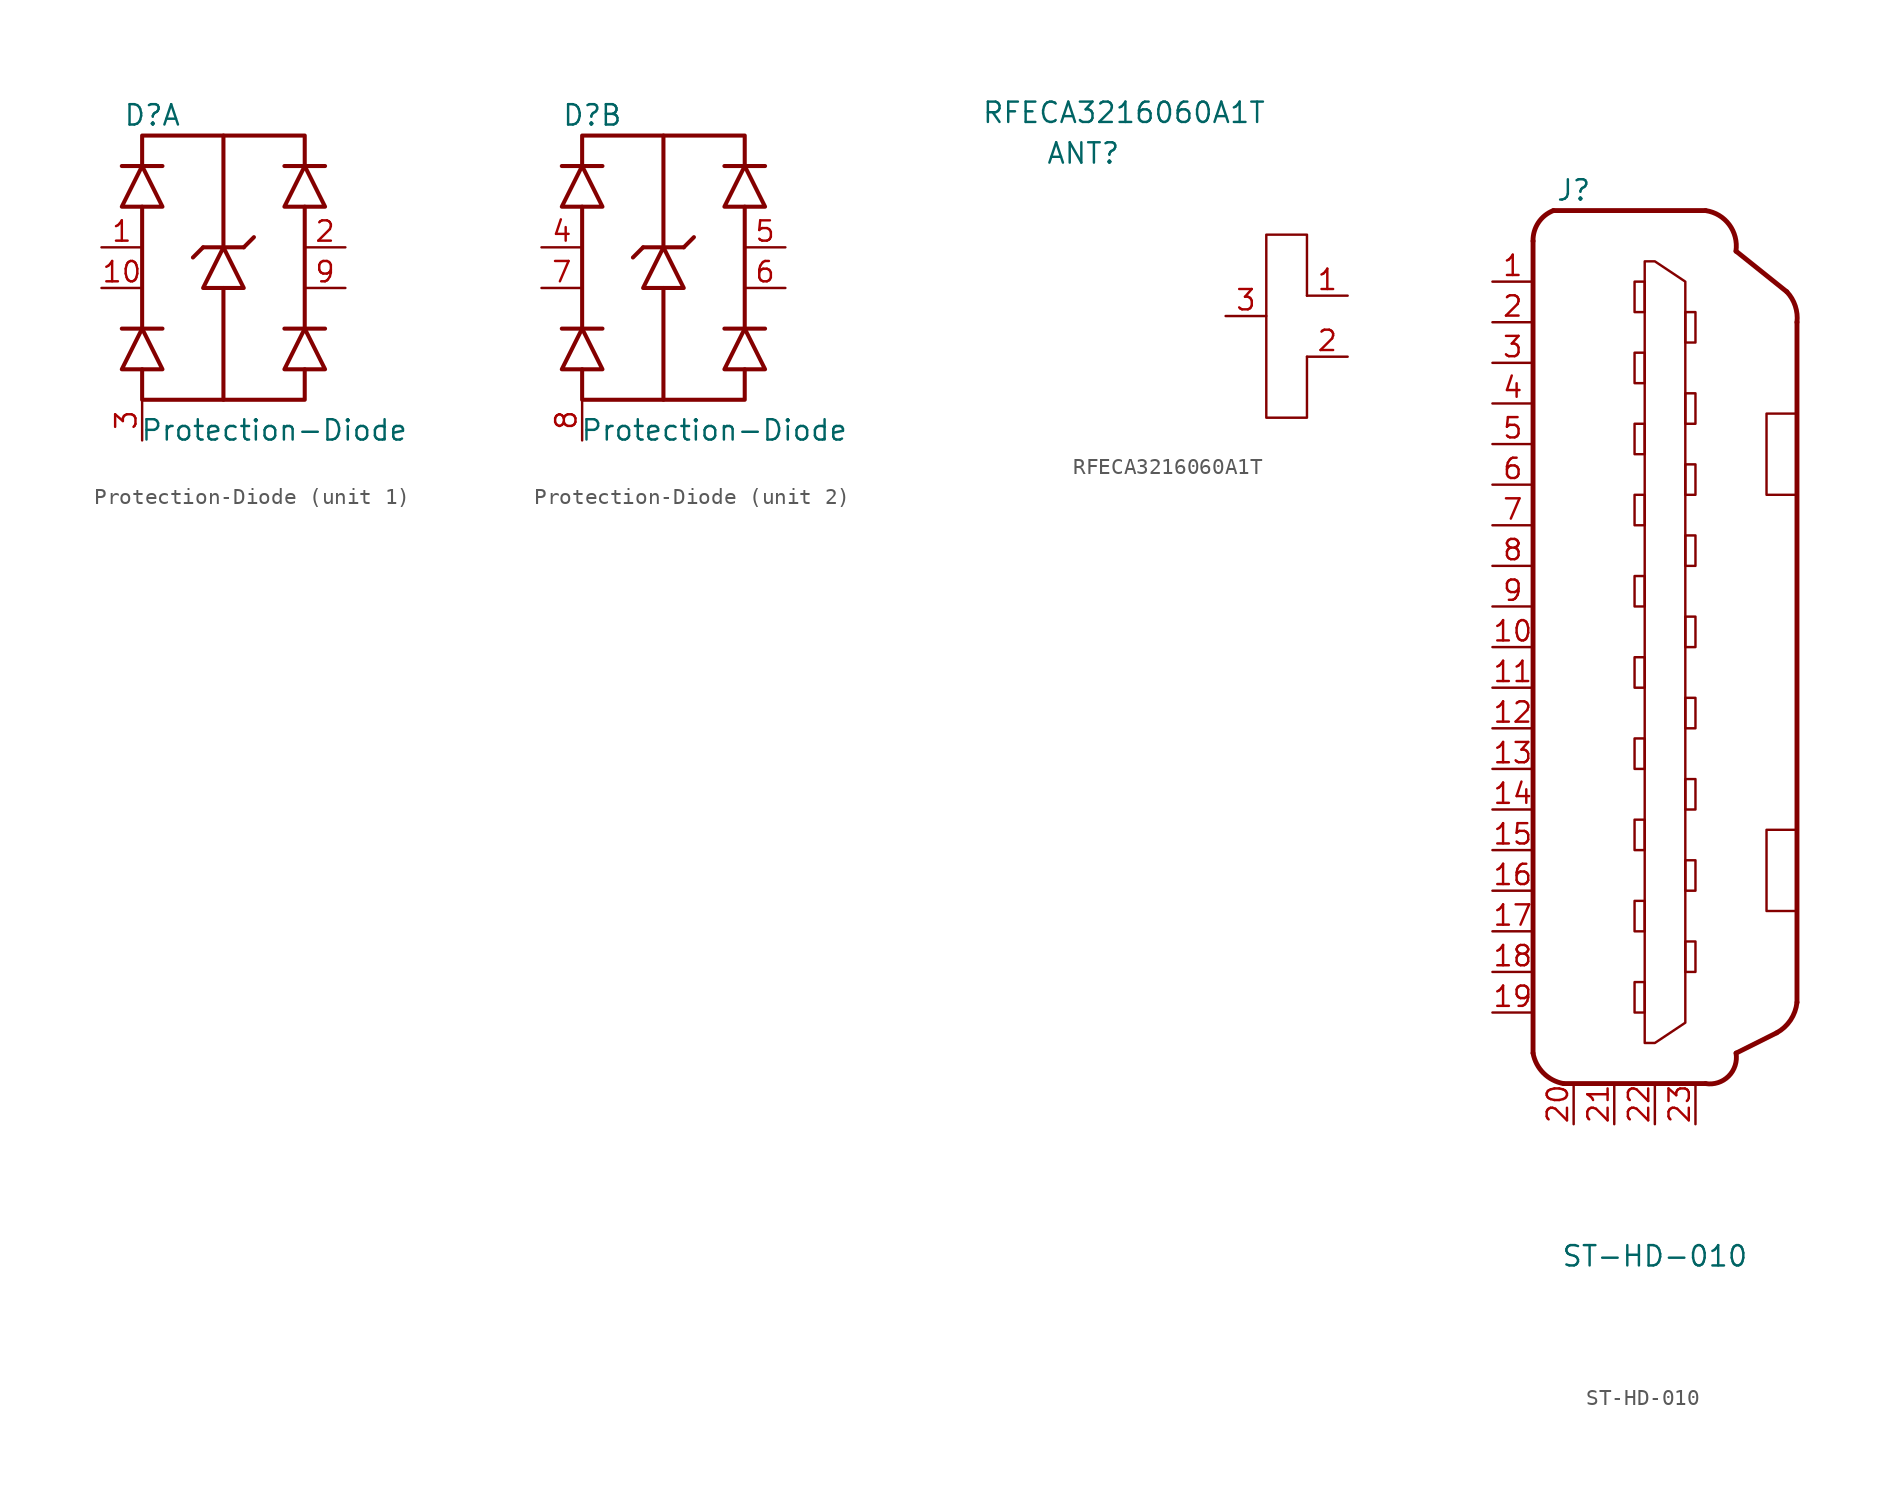
<source format=kicad_sym>
(kicad_symbol_lib
  (version 20201005)
  (generator kicad_symbol_editor)
  (symbol "BeagleV:Protection-Diode"
    (property "Reference" "D"
      (at -4.445 9.525 0)
      (effects (font (size 1.27 1.27))))
    (property "Value" "Protection-Diode"
      (at 3.175 -10.16 0)
      (effects (font (size 1.27 1.27))))
    (property "ki_locked" ""
      (at 0 0 0)
      (effects (font (size 1.27 1.27))))
    (symbol "Protection-Diode_0_1"
      (polyline (pts (xy -5.08 -3.81) (xy -5.08 3.81)) (stroke (width 0.254)) (fill (type none)))
      (polyline (pts (xy -3.81 -3.81) (xy -6.35 -3.81)) (stroke (width 0.254)) (fill (type none)))
      (polyline (pts (xy -3.81 6.35) (xy -6.35 6.35)) (stroke (width 0.254)) (fill (type none)))
      (polyline (pts (xy -1.27 1.27) (xy -1.905 0.635)) (stroke (width 0.254)) (fill (type none)))
      (polyline (pts (xy 0 -8.255) (xy 0 -1.27)) (stroke (width 0.254)) (fill (type none)))
      (polyline (pts (xy 0 1.27) (xy 0 8.255)) (stroke (width 0.254)) (fill (type none)))
      (polyline (pts (xy 1.27 1.27) (xy -1.27 1.27)) (stroke (width 0.254)) (fill (type none)))
      (polyline (pts (xy 1.27 1.27) (xy 1.905 1.905)) (stroke (width 0.254)) (fill (type none)))
      (polyline (pts (xy 5.08 -3.81) (xy 5.08 3.81)) (stroke (width 0.254)) (fill (type none)))
      (polyline (pts (xy 6.35 -3.81) (xy 3.81 -3.81)) (stroke (width 0.254)) (fill (type none)))
      (polyline (pts (xy 6.35 6.35) (xy 3.81 6.35)) (stroke (width 0.254)) (fill (type none)))
      (polyline (pts (xy -5.08 -6.35) (xy -5.08 -8.255) (xy 5.08 -8.255) (xy 5.08 -6.35)) (stroke (width 0.254)) (fill (type none)))
      (polyline (pts (xy -5.08 6.35) (xy -5.08 8.255) (xy 5.08 8.255) (xy 5.08 6.35)) (stroke (width 0.254)) (fill (type none)))
      (polyline (pts (xy -3.81 -6.35) (xy -6.35 -6.35) (xy -5.08 -3.81) (xy -3.81 -6.35)) (stroke (width 0.254)) (fill (type none)))
      (polyline (pts (xy -3.81 3.81) (xy -6.35 3.81) (xy -5.08 6.35) (xy -3.81 3.81)) (stroke (width 0.254)) (fill (type none)))
      (polyline (pts (xy 1.27 -1.27) (xy -1.27 -1.27) (xy 0 1.27) (xy 1.27 -1.27)) (stroke (width 0.254)) (fill (type none)))
      (polyline (pts (xy 6.35 -6.35) (xy 3.81 -6.35) (xy 5.08 -3.81) (xy 6.35 -6.35)) (stroke (width 0.254)) (fill (type none)))
      (polyline (pts (xy 6.35 3.81) (xy 3.81 3.81) (xy 5.08 6.35) (xy 6.35 3.81)) (stroke (width 0.254)) (fill (type none))))
    (symbol "Protection-Diode_1_1"
      (pin passive line (at -7.62 1.27 0) (length 2.54) (name "" (effects (font (size 1.27 1.27)))) (number "1" (effects (font (size 1.27 1.27)))))
      (pin passive line (at -7.62 -1.27 0) (length 2.54) (name "" (effects (font (size 1.27 1.27)))) (number "10" (effects (font (size 1.27 1.27)))))
      (pin passive line (at 7.62 1.27 180) (length 2.54) (name "" (effects (font (size 1.27 1.27)))) (number "2" (effects (font (size 1.27 1.27)))))
      (pin passive line (at -5.08 -10.795 90) (length 2.54) (name "" (effects (font (size 1.27 1.27)))) (number "3" (effects (font (size 1.27 1.27)))))
      (pin passive line (at 7.62 -1.27 180) (length 2.54) (name "" (effects (font (size 1.27 1.27)))) (number "9" (effects (font (size 1.27 1.27))))))
    (symbol "Protection-Diode_2_1"
      (pin passive line (at -7.62 1.27 0) (length 2.54) (name "" (effects (font (size 1.27 1.27)))) (number "4" (effects (font (size 1.27 1.27)))))
      (pin passive line (at 7.62 1.27 180) (length 2.54) (name "" (effects (font (size 1.27 1.27)))) (number "5" (effects (font (size 1.27 1.27)))))
      (pin passive line (at 7.62 -1.27 180) (length 2.54) (name "" (effects (font (size 1.27 1.27)))) (number "6" (effects (font (size 1.27 1.27)))))
      (pin passive line (at -7.62 -1.27 0) (length 2.54) (name "" (effects (font (size 1.27 1.27)))) (number "7" (effects (font (size 1.27 1.27)))))
      (pin passive line (at -5.08 -10.795 90) (length 2.54) (name "" (effects (font (size 1.27 1.27)))) (number "8" (effects (font (size 1.27 1.27)))))))
  (symbol "BeagleV:RFECA3216060A1T"
    (property "Reference" "ANT"
      (at -13.97 10.16 0)
      (effects (font (size 1.27 1.27))))
    (property "Value" "RFECA3216060A1T"
      (at -11.43 12.7 0)
      (effects (font (size 1.27 1.27))))
    (symbol "RFECA3216060A1T_0_1"
      (polyline (pts (xy 0 1.27) (xy 0 5.08) (xy -2.54 5.08) (xy -2.54 -6.35) (xy 0 -6.35) (xy 0 -2.54)) (stroke (width 0.152)) (fill (type none))))
    (symbol "RFECA3216060A1T_1_1"
      (pin passive line (at 2.54 1.27 180) (length 2.54) (name "" (effects (font (size 1.27 1.27)))) (number "1" (effects (font (size 1.27 1.27)))))
      (pin passive line (at 2.54 -2.54 180) (length 2.54) (name "" (effects (font (size 1.27 1.27)))) (number "2" (effects (font (size 1.27 1.27)))))
      (pin passive line (at -5.08 0 0) (length 2.54) (name "" (effects (font (size 1.27 1.27)))) (number "3" (effects (font (size 1.27 1.27)))))))
  (symbol "BeagleV:ST-HD-010"
    (property "Reference" "J"
      (at -5.715 26.035 0)
      (effects (font (size 1.27 1.27))))
    (property "Value" "ST-HD-010"
      (at -0.635 -40.64 0)
      (effects (font (size 1.27 1.27))))
    (symbol "ST-HD-010_0_1"
      (arc (start -8.255 22.86) (end -6.985 24.765) (radius (at -6.2629 22.9077) (length 1.9927) (angles -178.6 111.2)) (stroke (width 0.3048)) (fill (type none)))
      (arc (start -6.35 -29.845) (end -8.255 -27.94) (radius (at -5.9306 -27.5206) (length 2.3619) (angles -100.2 -169.8)) (stroke (width 0.3048)) (fill (type none)))
      (arc (start 2.54 24.765) (end 4.445 22.225) (radius (at 2.2225 22.5425) (length 2.2451) (angles 81.9 -8.1)) (stroke (width 0.3048)) (fill (type none)))
      (arc (start 2.54 -29.845) (end 4.445 -27.94) (radius (at 2.8064 -28.2064) (length 1.6601) (angles -99.2 9.2)) (stroke (width 0.3048)) (fill (type none)))
      (arc (start 8.255 -24.765) (end 6.985 -26.67) (radius (at 5.7909 -24.4981) (length 2.4785) (angles -6.2 -61.2)) (stroke (width 0.3048)) (fill (type none)))
      (arc (start 8.255 17.78) (end 7.62 19.685) (radius (at 5.8785 18.0462) (length 2.3914) (angles -6.4 43.3)) (stroke (width 0.3048)) (fill (type none)))
      (rectangle (start -1.905 -23.495) (end -1.27 -25.4) (stroke (width 0.152)) (fill (type none)))
      (rectangle (start -1.905 -18.415) (end -1.27 -20.32) (stroke (width 0.152)) (fill (type none)))
      (rectangle (start -1.905 -13.335) (end -1.27 -15.24) (stroke (width 0.152)) (fill (type none)))
      (rectangle (start -1.905 -8.255) (end -1.27 -10.16) (stroke (width 0.152)) (fill (type none)))
      (rectangle (start -1.905 -3.175) (end -1.27 -5.08) (stroke (width 0.152)) (fill (type none)))
      (rectangle (start -1.905 1.905) (end -1.27 0) (stroke (width 0.152)) (fill (type none)))
      (rectangle (start -1.905 6.985) (end -1.27 5.08) (stroke (width 0.152)) (fill (type none)))
      (rectangle (start -1.905 11.43) (end -1.27 9.525) (stroke (width 0.152)) (fill (type none)))
      (rectangle (start -1.905 15.875) (end -1.27 13.97) (stroke (width 0.152)) (fill (type none)))
      (rectangle (start -1.905 20.32) (end -1.27 18.415) (stroke (width 0.152)) (fill (type none)))
      (rectangle (start 1.27 -20.955) (end 1.905 -22.86) (stroke (width 0.152)) (fill (type none)))
      (rectangle (start 1.27 -15.875) (end 1.905 -17.78) (stroke (width 0.152)) (fill (type none)))
      (rectangle (start 1.27 -10.795) (end 1.905 -12.7) (stroke (width 0.152)) (fill (type none)))
      (rectangle (start 1.27 -5.715) (end 1.905 -7.62) (stroke (width 0.152)) (fill (type none)))
      (rectangle (start 1.27 -0.635) (end 1.905 -2.54) (stroke (width 0.152)) (fill (type none)))
      (rectangle (start 1.27 4.445) (end 1.905 2.54) (stroke (width 0.152)) (fill (type none)))
      (rectangle (start 1.27 8.89) (end 1.905 6.985) (stroke (width 0.152)) (fill (type none)))
      (rectangle (start 1.27 13.335) (end 1.905 11.43) (stroke (width 0.152)) (fill (type none)))
      (rectangle (start 1.27 18.415) (end 1.905 16.51) (stroke (width 0.152)) (fill (type none)))
      (rectangle (start 6.35 -13.97) (end 8.255 -19.05) (stroke (width 0.152)) (fill (type none)))
      (rectangle (start 6.35 12.065) (end 8.255 6.985) (stroke (width 0.152)) (fill (type none)))
      (polyline (pts (xy -8.255 22.86) (xy -8.255 -27.94)) (stroke (width 0.305)) (fill (type none)))
      (polyline (pts (xy -6.985 24.765) (xy 2.54 24.765)) (stroke (width 0.305)) (fill (type none)))
      (polyline (pts (xy -6.35 -29.845) (xy 2.54 -29.845)) (stroke (width 0.305)) (fill (type none)))
      (polyline (pts (xy 4.445 -27.94) (xy 6.985 -26.67)) (stroke (width 0.305)) (fill (type none)))
      (polyline (pts (xy 4.445 22.225) (xy 7.62 19.685)) (stroke (width 0.305)) (fill (type none)))
      (polyline (pts (xy 8.255 17.78) (xy 8.255 -24.765)) (stroke (width 0.305)) (fill (type none)))
      (polyline (pts (xy -1.27 21.59) (xy -1.27 -27.305) (xy -0.635 -27.305) (xy 1.27 -26.035) (xy 1.27 20.32) (xy -0.635 21.59) (xy -1.27 21.59)) (stroke (width 0.152)) (fill (type none))))
    (symbol "ST-HD-010_1_1"
      (pin passive line (at -10.795 20.32 0) (length 2.54) (name "" (effects (font (size 1.27 1.27)))) (number "1" (effects (font (size 1.27 1.27)))))
      (pin passive line (at -10.795 -2.54 0) (length 2.54) (name "" (effects (font (size 1.27 1.27)))) (number "10" (effects (font (size 1.27 1.27)))))
      (pin passive line (at -10.795 -5.08 0) (length 2.54) (name "" (effects (font (size 1.27 1.27)))) (number "11" (effects (font (size 1.27 1.27)))))
      (pin passive line (at -10.795 -7.62 0) (length 2.54) (name "" (effects (font (size 1.27 1.27)))) (number "12" (effects (font (size 1.27 1.27)))))
      (pin passive line (at -10.795 -10.16 0) (length 2.54) (name "" (effects (font (size 1.27 1.27)))) (number "13" (effects (font (size 1.27 1.27)))))
      (pin passive line (at -10.795 -12.7 0) (length 2.54) (name "" (effects (font (size 1.27 1.27)))) (number "14" (effects (font (size 1.27 1.27)))))
      (pin passive line (at -10.795 -15.24 0) (length 2.54) (name "" (effects (font (size 1.27 1.27)))) (number "15" (effects (font (size 1.27 1.27)))))
      (pin passive line (at -10.795 -17.78 0) (length 2.54) (name "" (effects (font (size 1.27 1.27)))) (number "16" (effects (font (size 1.27 1.27)))))
      (pin passive line (at -10.795 -20.32 0) (length 2.54) (name "" (effects (font (size 1.27 1.27)))) (number "17" (effects (font (size 1.27 1.27)))))
      (pin passive line (at -10.795 -22.86 0) (length 2.54) (name "" (effects (font (size 1.27 1.27)))) (number "18" (effects (font (size 1.27 1.27)))))
      (pin passive line (at -10.795 -25.4 0) (length 2.54) (name "" (effects (font (size 1.27 1.27)))) (number "19" (effects (font (size 1.27 1.27)))))
      (pin passive line (at -10.795 17.78 0) (length 2.54) (name "" (effects (font (size 1.27 1.27)))) (number "2" (effects (font (size 1.27 1.27)))))
      (pin passive line (at -5.715 -32.385 90) (length 2.54) (name "" (effects (font (size 1.27 1.27)))) (number "20" (effects (font (size 1.27 1.27)))))
      (pin passive line (at -3.175 -32.385 90) (length 2.54) (name "" (effects (font (size 1.27 1.27)))) (number "21" (effects (font (size 1.27 1.27)))))
      (pin passive line (at -0.635 -32.385 90) (length 2.54) (name "" (effects (font (size 1.27 1.27)))) (number "22" (effects (font (size 1.27 1.27)))))
      (pin passive line (at 1.905 -32.385 90) (length 2.54) (name "" (effects (font (size 1.27 1.27)))) (number "23" (effects (font (size 1.27 1.27)))))
      (pin passive line (at -10.795 15.24 0) (length 2.54) (name "" (effects (font (size 1.27 1.27)))) (number "3" (effects (font (size 1.27 1.27)))))
      (pin passive line (at -10.795 12.7 0) (length 2.54) (name "" (effects (font (size 1.27 1.27)))) (number "4" (effects (font (size 1.27 1.27)))))
      (pin passive line (at -10.795 10.16 0) (length 2.54) (name "" (effects (font (size 1.27 1.27)))) (number "5" (effects (font (size 1.27 1.27)))))
      (pin passive line (at -10.795 7.62 0) (length 2.54) (name "" (effects (font (size 1.27 1.27)))) (number "6" (effects (font (size 1.27 1.27)))))
      (pin passive line (at -10.795 5.08 0) (length 2.54) (name "" (effects (font (size 1.27 1.27)))) (number "7" (effects (font (size 1.27 1.27)))))
      (pin passive line (at -10.795 2.54 0) (length 2.54) (name "" (effects (font (size 1.27 1.27)))) (number "8" (effects (font (size 1.27 1.27)))))
      (pin passive line (at -10.795 0 0) (length 2.54) (name "" (effects (font (size 1.27 1.27)))) (number "9" (effects (font (size 1.27 1.27))))))))
</source>
